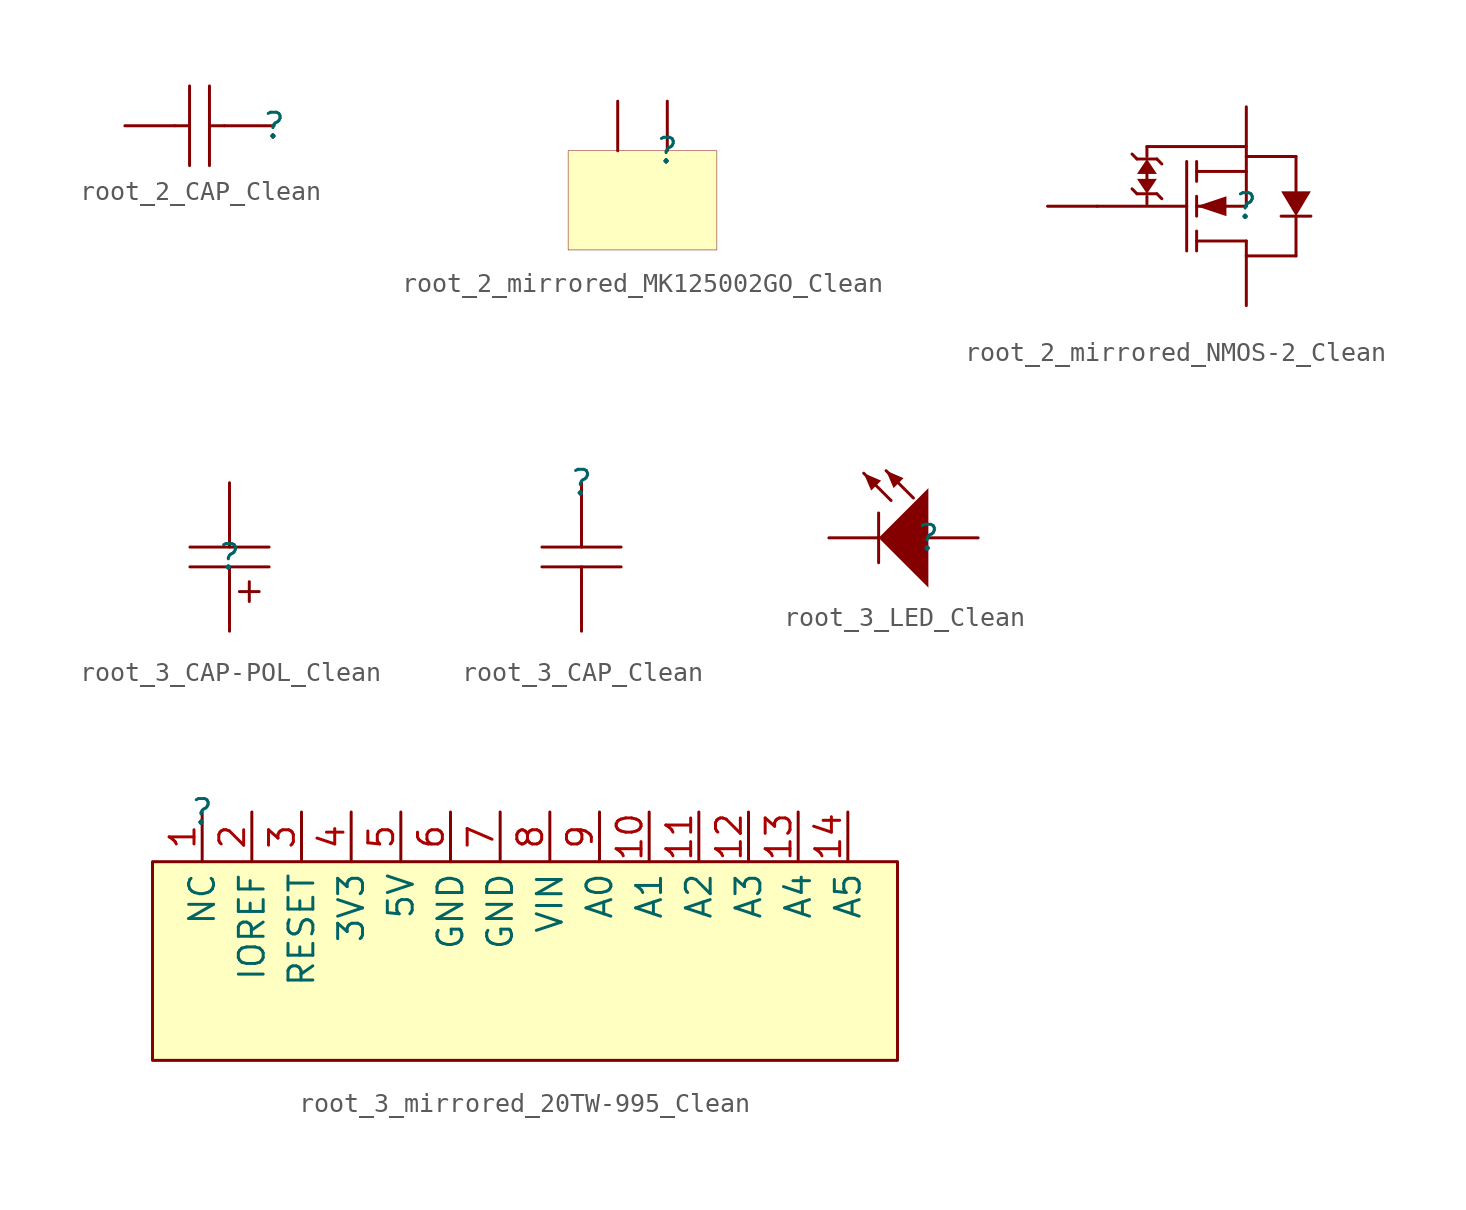
<source format=kicad_sym>
(kicad_symbol_lib
  (version 20241209)
  (generator "kicad_symbol_editor")
  (generator_version "9.0")
  (symbol "root_2_CAP_Clean"
    (pin_numbers
      (hide yes))
    (pin_names
      (hide yes))
    (property "Reference" ""
      (at 0 0 0)
      (effects (font (size 1.27 1.27))))
    (property "Value" ""
      (at 0 0 0)
      (effects (font (size 1.27 1.27))))
    (symbol "root_2_CAP_Clean_1_0"
      (polyline (pts (xy -5.08 0) (xy -4.318 0)) (stroke (width 0) (type solid)) (fill (type none)))
      (polyline (pts (xy -4.318 -2.032) (xy -4.318 2.032)) (stroke (width 0) (type solid)) (fill (type none)))
      (polyline (pts (xy -3.302 2.032) (xy -3.302 -2.032)) (stroke (width 0) (type solid)) (fill (type none)))
      (polyline (pts (xy -2.54 0) (xy -3.302 0)) (stroke (width 0) (type solid)) (fill (type none)))
      (pin passive line (at -7.62 0 0) (length 2.54) (name "2" (effects (font (size 1.27 1.27)))) (number "2" (effects (font (size 1.27 1.27)))))
      (pin passive line (at 0 0 180) (length 2.54) (name "1" (effects (font (size 1.27 1.27)))) (number "1" (effects (font (size 1.27 1.27)))))))
  (symbol "root_2_mirrored_MK125002GO_Clean"
    (pin_numbers
      (hide yes))
    (pin_names
      (hide yes))
    (property "Reference" ""
      (at 0 0 0)
      (effects (font (size 1.27 1.27))))
    (property "Value" ""
      (at 0 0 0)
      (effects (font (size 1.27 1.27))))
    (symbol "root_2_mirrored_MK125002GO_Clean_1_0"
      (rectangle (start 2.54 0) (end -5.08 -5.08) (stroke (width 0.025) (type solid) (color 128 0 0 1)) (fill (type background)))
      (pin passive line (at -2.54 2.54 270) (length 2.54) (name "1" (effects (font (size 1.27 1.27)))) (number "1" (effects (font (size 1.27 1.27)))))
      (pin passive line (at 0 2.54 270) (length 2.54) (name "2" (effects (font (size 1.27 1.27)))) (number "2" (effects (font (size 1.27 1.27)))))))
  (symbol "root_2_mirrored_NMOS-2_Clean"
    (pin_numbers
      (hide yes))
    (pin_names
      (hide yes))
    (property "Reference" ""
      (at 0 0 0)
      (effects (font (size 1.27 1.27))))
    (property "Value" ""
      (at 0 0 0)
      (effects (font (size 1.27 1.27))))
    (symbol "root_2_mirrored_NMOS-2_Clean_1_0"
      (polyline (pts (xy -7.62 0) (xy -3.048 0)) (stroke (width 0) (type solid)) (fill (type none)))
      (polyline (pts (xy -5.588 2.413) (xy -5.842 2.667)) (stroke (width 0) (type solid)) (fill (type none)))
      (polyline (pts (xy -5.588 0.635) (xy -5.842 0.889)) (stroke (width 0) (type solid)) (fill (type none)))
      (polyline (pts (xy -5.08 3.048) (xy 0 3.048)) (stroke (width 0) (type solid)) (fill (type none)))
      (polyline (pts (xy -5.08 2.54) (xy -5.08 3.048)) (stroke (width 0) (type solid)) (fill (type none)))
      (polyline (pts (xy -5.08 2.413) (xy -4.572 1.651) (xy -5.588 1.651) (xy -5.08 2.413)) (stroke (width -0.0001) (type solid)) (fill (type outline)))
      (polyline (pts (xy -5.08 1.27) (xy -5.08 1.651)) (stroke (width 0) (type solid)) (fill (type none)))
      (polyline (pts (xy -5.08 0.635) (xy -5.588 1.397) (xy -4.572 1.397) (xy -5.08 0.635)) (stroke (width -0.0001) (type solid)) (fill (type outline)))
      (polyline (pts (xy -5.08 0.508) (xy -5.08 0.127)) (stroke (width 0) (type solid)) (fill (type none)))
      (polyline (pts (xy -4.572 2.413) (xy -5.588 2.413)) (stroke (width 0) (type solid)) (fill (type none)))
      (polyline (pts (xy -4.572 2.413) (xy -4.318 2.159)) (stroke (width 0) (type solid)) (fill (type none)))
      (polyline (pts (xy -4.572 0.635) (xy -5.588 0.635)) (stroke (width 0) (type solid)) (fill (type none)))
      (polyline (pts (xy -4.572 0.635) (xy -4.318 0.381)) (stroke (width 0) (type solid)) (fill (type none)))
      (polyline (pts (xy -3.048 -2.286) (xy -3.048 2.286)) (stroke (width 0) (type solid)) (fill (type none)))
      (polyline (pts (xy -2.54 2.286) (xy -2.54 1.27)) (stroke (width 0) (type solid)) (fill (type none)))
      (polyline (pts (xy -2.54 0.508) (xy -2.54 -0.508)) (stroke (width 0) (type solid)) (fill (type none)))
      (polyline (pts (xy -2.54 0) (xy -1.016 -0.508) (xy -1.016 0.508) (xy -2.54 0)) (stroke (width -0.0001) (type solid)) (fill (type outline)))
      (polyline (pts (xy -2.54 -2.286) (xy -2.54 -1.27)) (stroke (width 0) (type solid)) (fill (type none)))
      (polyline (pts (xy 0 2.54) (xy 2.54 2.54)) (stroke (width 0) (type solid)) (fill (type none)))
      (polyline (pts (xy 0 1.778) (xy -2.54 1.778)) (stroke (width 0) (type solid)) (fill (type none)))
      (polyline (pts (xy 0 0) (xy -2.54 0)) (stroke (width 0) (type solid)) (fill (type none)))
      (polyline (pts (xy 0 0) (xy 0 2.54)) (stroke (width 0) (type solid)) (fill (type none)))
      (polyline (pts (xy 0 -1.778) (xy -2.54 -1.778)) (stroke (width 0) (type solid)) (fill (type none)))
      (polyline (pts (xy 0 -1.778) (xy 0 -2.54)) (stroke (width 0) (type solid)) (fill (type none)))
      (polyline (pts (xy 0 -2.54) (xy 2.54 -2.54)) (stroke (width 0) (type solid)) (fill (type none)))
      (polyline (pts (xy 1.778 -0.508) (xy 3.302 -0.508)) (stroke (width 0) (type solid)) (fill (type none)))
      (polyline (pts (xy 2.54 2.54) (xy 2.54 0.762)) (stroke (width 0) (type solid)) (fill (type none)))
      (polyline (pts (xy 2.54 -0.508) (xy 1.778 0.762) (xy 3.302 0.762) (xy 2.54 -0.508)) (stroke (width -0.0001) (type solid)) (fill (type outline)))
      (polyline (pts (xy 2.54 -2.54) (xy 2.54 -0.508)) (stroke (width 0) (type solid)) (fill (type none)))
      (pin passive line (at -10.16 0 0) (length 2.54) (name "G" (effects (font (size 1.27 1.27)))) (number "2" (effects (font (size 1.27 1.27)))))
      (pin passive line (at 0 5.08 270) (length 2.54) (name "S" (effects (font (size 1.27 1.27)))) (number "1" (effects (font (size 1.27 1.27)))))
      (pin passive line (at 0 -5.08 90) (length 2.54) (name "D" (effects (font (size 1.27 1.27)))) (number "3" (effects (font (size 1.27 1.27)))))))
  (symbol "root_3_CAP-POL_Clean"
    (pin_numbers
      (hide yes))
    (pin_names
      (hide yes))
    (property "Reference" ""
      (at 0 0 0)
      (effects (font (size 1.27 1.27))))
    (property "Value" ""
      (at 0 0 0)
      (effects (font (size 1.27 1.27))))
    (symbol "root_3_CAP-POL_Clean_1_0"
      (polyline (pts (xy -2.032 0.508) (xy 2.032 0.508)) (stroke (width 0) (type solid)) (fill (type none)))
      (polyline (pts (xy 0 1.27) (xy 0 0.508)) (stroke (width 0) (type solid)) (fill (type none)))
      (polyline (pts (xy 0 -1.27) (xy 0 -0.508)) (stroke (width 0) (type solid)) (fill (type none)))
      (polyline (pts (xy 1.016 -1.27) (xy 1.016 -2.286)) (stroke (width 0) (type solid)) (fill (type none)))
      (polyline (pts (xy 1.524 -1.778) (xy 0.508 -1.778)) (stroke (width 0) (type solid)) (fill (type none)))
      (polyline (pts (xy 2.032 -0.508) (xy -2.032 -0.508)) (stroke (width 0) (type solid)) (fill (type none)))
      (pin passive line (at 0 3.81 270) (length 2.54) (name "1" (effects (font (size 1.27 1.27)))) (number "1" (effects (font (size 1.27 1.27)))))
      (pin passive line (at 0 -3.81 90) (length 2.54) (name "2" (effects (font (size 1.27 1.27)))) (number "2" (effects (font (size 1.27 1.27)))))))
  (symbol "root_3_CAP_Clean"
    (pin_numbers
      (hide yes))
    (pin_names
      (hide yes))
    (property "Reference" ""
      (at 0 0 0)
      (effects (font (size 1.27 1.27))))
    (property "Value" ""
      (at 0 0 0)
      (effects (font (size 1.27 1.27))))
    (symbol "root_3_CAP_Clean_1_0"
      (polyline (pts (xy -2.032 -3.302) (xy 2.032 -3.302)) (stroke (width 0) (type solid)) (fill (type none)))
      (polyline (pts (xy 0 -2.54) (xy 0 -3.302)) (stroke (width 0) (type solid)) (fill (type none)))
      (polyline (pts (xy 0 -5.08) (xy 0 -4.318)) (stroke (width 0) (type solid)) (fill (type none)))
      (polyline (pts (xy 2.032 -4.318) (xy -2.032 -4.318)) (stroke (width 0) (type solid)) (fill (type none)))
      (pin passive line (at 0 0 270) (length 2.54) (name "1" (effects (font (size 1.27 1.27)))) (number "1" (effects (font (size 1.27 1.27)))))
      (pin passive line (at 0 -7.62 90) (length 2.54) (name "2" (effects (font (size 1.27 1.27)))) (number "2" (effects (font (size 1.27 1.27)))))))
  (symbol "root_3_LED_Clean"
    (pin_numbers
      (hide yes))
    (pin_names
      (hide yes))
    (property "Reference" ""
      (at 0 0 0)
      (effects (font (size 1.27 1.27))))
    (property "Value" ""
      (at 0 0 0)
      (effects (font (size 1.27 1.27))))
    (symbol "root_3_LED_Clean_1_0"
      (polyline (pts (xy -3.302 3.302) (xy -1.905 1.905)) (stroke (width 0) (type solid)) (fill (type none)))
      (polyline (pts (xy -3.302 3.302) (xy -2.413 2.921) (xy -2.921 2.413) (xy -3.302 3.302)) (stroke (width -0.0001) (type solid)) (fill (type outline)))
      (polyline (pts (xy -2.54 1.27) (xy -2.54 0)) (stroke (width 0) (type solid)) (fill (type none)))
      (polyline (pts (xy -2.54 0) (xy -2.54 -1.27)) (stroke (width 0) (type solid)) (fill (type none)))
      (polyline (pts (xy -2.159 3.429) (xy -0.762 2.032)) (stroke (width 0) (type solid)) (fill (type none)))
      (polyline (pts (xy -2.159 3.429) (xy -1.27 3.048) (xy -1.778 2.54) (xy -2.159 3.429)) (stroke (width -0.0001) (type solid)) (fill (type outline)))
      (polyline (pts (xy 0 2.54) (xy 0 -2.54) (xy -2.54 0) (xy 0 2.54)) (stroke (width -0.0001) (type solid)) (fill (type outline)))
      (pin passive line (at -5.08 0 0) (length 2.54) (name "C" (effects (font (size 1.27 1.27)))) (number "C" (effects (font (size 1.27 1.27)))))
      (pin passive line (at 2.54 0 180) (length 2.54) (name "A" (effects (font (size 1.27 1.27)))) (number "A" (effects (font (size 1.27 1.27)))))))
  (symbol "root_3_mirrored_20TW-995_Clean"
    (property "Reference" ""
      (at 0 0 0)
      (effects (font (size 1.27 1.27))))
    (property "Value" ""
      (at 0 0 0)
      (effects (font (size 1.27 1.27))))
    (symbol "root_3_mirrored_20TW-995_Clean_1_0"
      (rectangle (start 35.56 -2.54) (end -2.54 -12.7) (stroke (width 0) (type solid) (color 128 0 0 1)) (fill (type background)))
      (pin passive line (at 0 0 270) (length 2.54) (name "NC" (effects (font (size 1.27 1.27)))) (number "1" (effects (font (size 1.27 1.27)))))
      (pin passive line (at 2.54 0 270) (length 2.54) (name "IOREF" (effects (font (size 1.27 1.27)))) (number "2" (effects (font (size 1.27 1.27)))))
      (pin passive line (at 5.08 0 270) (length 2.54) (name "RESET" (effects (font (size 1.27 1.27)))) (number "3" (effects (font (size 1.27 1.27)))))
      (pin passive line (at 7.62 0 270) (length 2.54) (name "3V3" (effects (font (size 1.27 1.27)))) (number "4" (effects (font (size 1.27 1.27)))))
      (pin passive line (at 10.16 0 270) (length 2.54) (name "5V" (effects (font (size 1.27 1.27)))) (number "5" (effects (font (size 1.27 1.27)))))
      (pin passive line (at 12.7 0 270) (length 2.54) (name "GND" (effects (font (size 1.27 1.27)))) (number "6" (effects (font (size 1.27 1.27)))))
      (pin passive line (at 15.24 0 270) (length 2.54) (name "GND" (effects (font (size 1.27 1.27)))) (number "7" (effects (font (size 1.27 1.27)))))
      (pin passive line (at 17.78 0 270) (length 2.54) (name "VIN" (effects (font (size 1.27 1.27)))) (number "8" (effects (font (size 1.27 1.27)))))
      (pin passive line (at 20.32 0 270) (length 2.54) (name "A0" (effects (font (size 1.27 1.27)))) (number "9" (effects (font (size 1.27 1.27)))))
      (pin passive line (at 22.86 0 270) (length 2.54) (name "A1" (effects (font (size 1.27 1.27)))) (number "10" (effects (font (size 1.27 1.27)))))
      (pin passive line (at 25.4 0 270) (length 2.54) (name "A2" (effects (font (size 1.27 1.27)))) (number "11" (effects (font (size 1.27 1.27)))))
      (pin passive line (at 27.94 0 270) (length 2.54) (name "A3" (effects (font (size 1.27 1.27)))) (number "12" (effects (font (size 1.27 1.27)))))
      (pin passive line (at 30.48 0 270) (length 2.54) (name "A4" (effects (font (size 1.27 1.27)))) (number "13" (effects (font (size 1.27 1.27)))))
      (pin passive line (at 33.02 0 270) (length 2.54) (name "A5" (effects (font (size 1.27 1.27)))) (number "14" (effects (font (size 1.27 1.27))))))))
</source>
